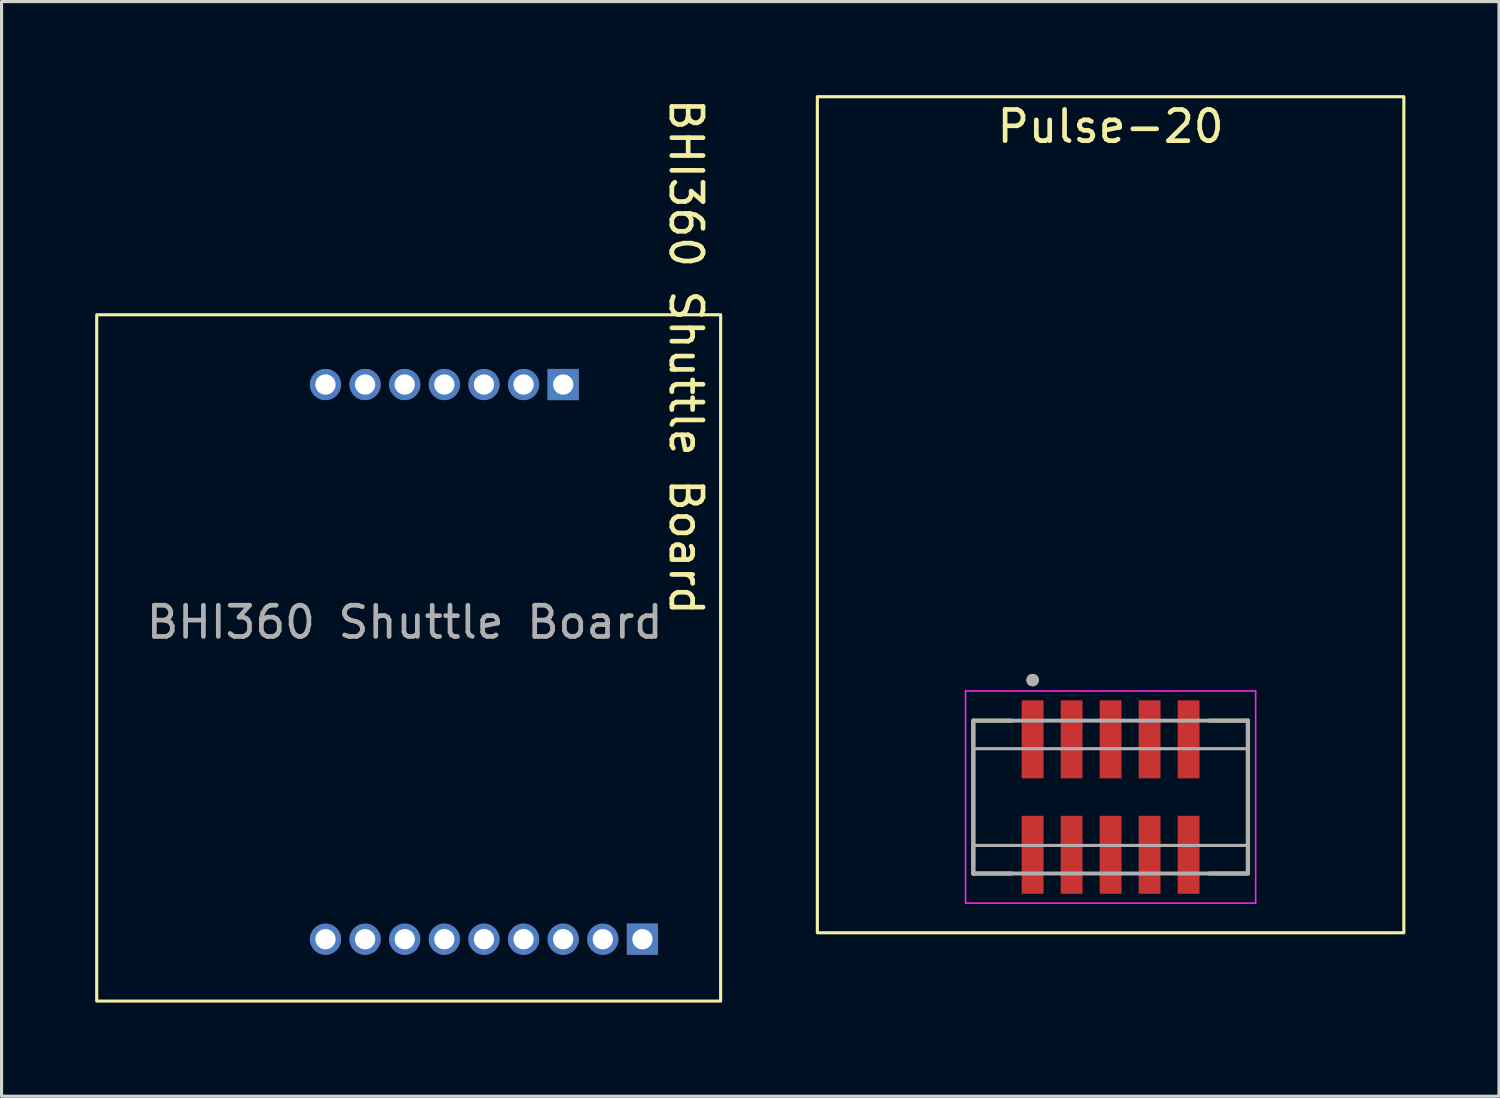
<source format=kicad_pcb>
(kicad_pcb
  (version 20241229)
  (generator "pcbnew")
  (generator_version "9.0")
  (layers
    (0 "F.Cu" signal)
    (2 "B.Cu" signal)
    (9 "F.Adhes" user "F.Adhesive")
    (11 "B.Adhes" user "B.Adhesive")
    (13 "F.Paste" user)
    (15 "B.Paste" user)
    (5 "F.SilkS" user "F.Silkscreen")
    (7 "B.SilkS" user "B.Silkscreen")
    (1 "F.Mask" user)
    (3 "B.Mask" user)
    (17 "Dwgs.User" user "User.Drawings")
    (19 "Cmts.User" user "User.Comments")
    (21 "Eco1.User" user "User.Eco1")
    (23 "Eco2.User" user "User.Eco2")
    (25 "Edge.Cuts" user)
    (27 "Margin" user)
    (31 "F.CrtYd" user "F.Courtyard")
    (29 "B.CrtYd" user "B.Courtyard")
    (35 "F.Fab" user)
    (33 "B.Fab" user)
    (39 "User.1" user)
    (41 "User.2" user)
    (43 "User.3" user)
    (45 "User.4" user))
  (footprint "BHI360 Shuttle Board"
    (layer "F.Cu")
    (at 9.923 16.896)
    (property "Reference" "BHI360 Shuttle Board" (at 9.017 -8.509 270) (unlocked yes) (layer "F.SilkS") (effects (font (size 1 1) (thickness 0.15))))
    (attr smd)
    (fp_rect (start -9.873 -9.857) (end 10.127 12.143) (stroke (width 0.1) (type default)) (fill no) (layer "F.SilkS"))
    (fp_text user "${REFERENCE}" (at 0 0 0) (unlocked yes) (layer "F.Fab") (effects (font (size 1 1) (thickness 0.15))))
    (pad "JP1_1" thru_hole rect (at 5.08 -7.62 270) (size 1 1) (drill 0.65) (layers "*.Cu" "*.Mask"))
    (pad "JP1_2" thru_hole circle (at 3.81 -7.62 270) (size 1 1) (drill 0.65) (layers "*.Cu" "*.Mask"))
    (pad "JP1_3" thru_hole circle (at 2.54 -7.62 270) (size 1 1) (drill 0.65) (layers "*.Cu" "*.Mask"))
    (pad "JP1_4" thru_hole circle (at 1.27 -7.62 270) (size 1 1) (drill 0.65) (layers "*.Cu" "*.Mask"))
    (pad "JP1_5" thru_hole circle (at 0 -7.62 270) (size 1 1) (drill 0.65) (layers "*.Cu" "*.Mask"))
    (pad "JP1_6" thru_hole circle (at -1.27 -7.62 270) (size 1 1) (drill 0.65) (layers "*.Cu" "*.Mask"))
    (pad "JP1_7" thru_hole circle (at -2.54 -7.62 270) (size 1 1) (drill 0.65) (layers "*.Cu" "*.Mask"))
    (pad "JP2_1" thru_hole rect (at 7.62 10.16 270) (size 1 1) (drill 0.65) (layers "*.Cu" "*.Mask"))
    (pad "JP2_2" thru_hole circle (at 6.35 10.16 270) (size 1 1) (drill 0.65) (layers "*.Cu" "*.Mask"))
    (pad "JP2_3" thru_hole circle (at 5.08 10.16 270) (size 1 1) (drill 0.65) (layers "*.Cu" "*.Mask"))
    (pad "JP2_4" thru_hole circle (at 3.81 10.16 270) (size 1 1) (drill 0.65) (layers "*.Cu" "*.Mask"))
    (pad "JP2_5" thru_hole circle (at 2.54 10.16 270) (size 1 1) (drill 0.65) (layers "*.Cu" "*.Mask"))
    (pad "JP2_6" thru_hole circle (at 1.27 10.16 270) (size 1 1) (drill 0.65) (layers "*.Cu" "*.Mask"))
    (pad "JP2_7" thru_hole circle (at 0 10.16 270) (size 1 1) (drill 0.65) (layers "*.Cu" "*.Mask"))
    (pad "JP2_8" thru_hole circle (at -1.27 10.16 270) (size 1 1) (drill 0.65) (layers "*.Cu" "*.Mask"))
    (pad "JP2_9" thru_hole circle (at -2.54 10.16 270) (size 1 1) (drill 0.65) (layers "*.Cu" "*.Mask")))
  (footprint "Pulse-20"
    (layer "F.Cu")
    (at 32.55 22.5)
    (property "Reference" "Pulse-20" (at 0 -21.496 180) (layer "F.SilkS") (effects (font (size 1 1) (thickness 0.15))))
    (attr smd)
    (fp_line (start -4.4 -2.45) (end -3.17 -2.45) (stroke (width 0.127) (type solid)) (layer "F.SilkS"))
    (fp_line (start -4.4 2.45) (end -4.4 -2.45) (stroke (width 0.127) (type solid)) (layer "F.SilkS"))
    (fp_line (start -3.17 2.45) (end -4.4 2.45) (stroke (width 0.127) (type solid)) (layer "F.SilkS"))
    (fp_line (start 3.17 -2.45) (end 4.4 -2.45) (stroke (width 0.127) (type solid)) (layer "F.SilkS"))
    (fp_line (start 4.4 2.45) (end 3.17 2.45) (stroke (width 0.127) (type solid)) (layer "F.SilkS"))
    (fp_line (start 4.4 2.45) (end 4.4 -2.45) (stroke (width 0.127) (type solid)) (layer "F.SilkS"))
    (fp_rect (start -9.4 -22.45) (end 9.4 4.35) (stroke (width 0.1) (type solid)) (fill no) (layer "F.SilkS"))
    (fp_circle (center -2.5 -3.75) (end -2.6 -3.75) (stroke (width 0.2) (type solid)) (fill no) (layer "F.SilkS"))
    (fp_line (start -4.65 -3.4) (end -4.65 3.4) (stroke (width 0.05) (type solid)) (layer "F.CrtYd"))
    (fp_line (start -4.65 3.4) (end 4.65 3.4) (stroke (width 0.05) (type solid)) (layer "F.CrtYd"))
    (fp_line (start 4.65 -3.4) (end -4.65 -3.4) (stroke (width 0.05) (type solid)) (layer "F.CrtYd"))
    (fp_line (start 4.65 3.4) (end 4.65 -3.4) (stroke (width 0.05) (type solid)) (layer "F.CrtYd"))
    (fp_line (start -4.4 -2.45) (end 4.4 -2.45) (stroke (width 0.127) (type solid)) (layer "F.Fab"))
    (fp_line (start -4.4 2.45) (end -4.4 -2.45) (stroke (width 0.127) (type solid)) (layer "F.Fab"))
    (fp_line (start 4.4 -1.55) (end -4.4 -1.55) (stroke (width 0.1) (type solid)) (layer "F.Fab"))
    (fp_line (start 4.4 1.55) (end -4.4 1.55) (stroke (width 0.1) (type solid)) (layer "F.Fab"))
    (fp_line (start 4.4 2.45) (end -4.4 2.45) (stroke (width 0.127) (type solid)) (layer "F.Fab"))
    (fp_line (start 4.4 2.45) (end 4.4 -2.45) (stroke (width 0.127) (type solid)) (layer "F.Fab"))
    (fp_circle (center -2.5 -3.75) (end -2.6 -3.75) (stroke (width 0.2) (type solid)) (fill no) (layer "F.Fab"))
    (pad "1" smd rect (at -2.5 -1.85 180) (size 0.7 2.5) (layers "F.Cu" "F.Mask" "F.Paste"))
    (pad "2" smd rect (at -1.25 -1.85 180) (size 0.7 2.5) (layers "F.Cu" "F.Mask" "F.Paste"))
    (pad "3" smd rect (at 0 -1.85 180) (size 0.7 2.5) (layers "F.Cu" "F.Mask" "F.Paste"))
    (pad "4" smd rect (at 1.25 -1.85 180) (size 0.7 2.5) (layers "F.Cu" "F.Mask" "F.Paste"))
    (pad "5" smd rect (at 2.5 -1.85 180) (size 0.7 2.5) (layers "F.Cu" "F.Mask" "F.Paste"))
    (pad "6" smd rect (at -2.5 1.85 180) (size 0.7 2.5) (layers "F.Cu" "F.Mask" "F.Paste"))
    (pad "7" smd rect (at -1.25 1.85 180) (size 0.7 2.5) (layers "F.Cu" "F.Mask" "F.Paste"))
    (pad "8" smd rect (at 0 1.85 180) (size 0.7 2.5) (layers "F.Cu" "F.Mask" "F.Paste"))
    (pad "9" smd rect (at 1.25 1.85 180) (size 0.7 2.5) (layers "F.Cu" "F.Mask" "F.Paste"))
    (pad "10" smd rect (at 2.5 1.85 180) (size 0.7 2.5) (layers "F.Cu" "F.Mask" "F.Paste")))
  (gr_rect
    (start -3 -3)
    (end 45 32.089)
    (stroke (width 0.1) (type default))
    (fill no)
    (layer "Edge.Cuts")))
</source>
